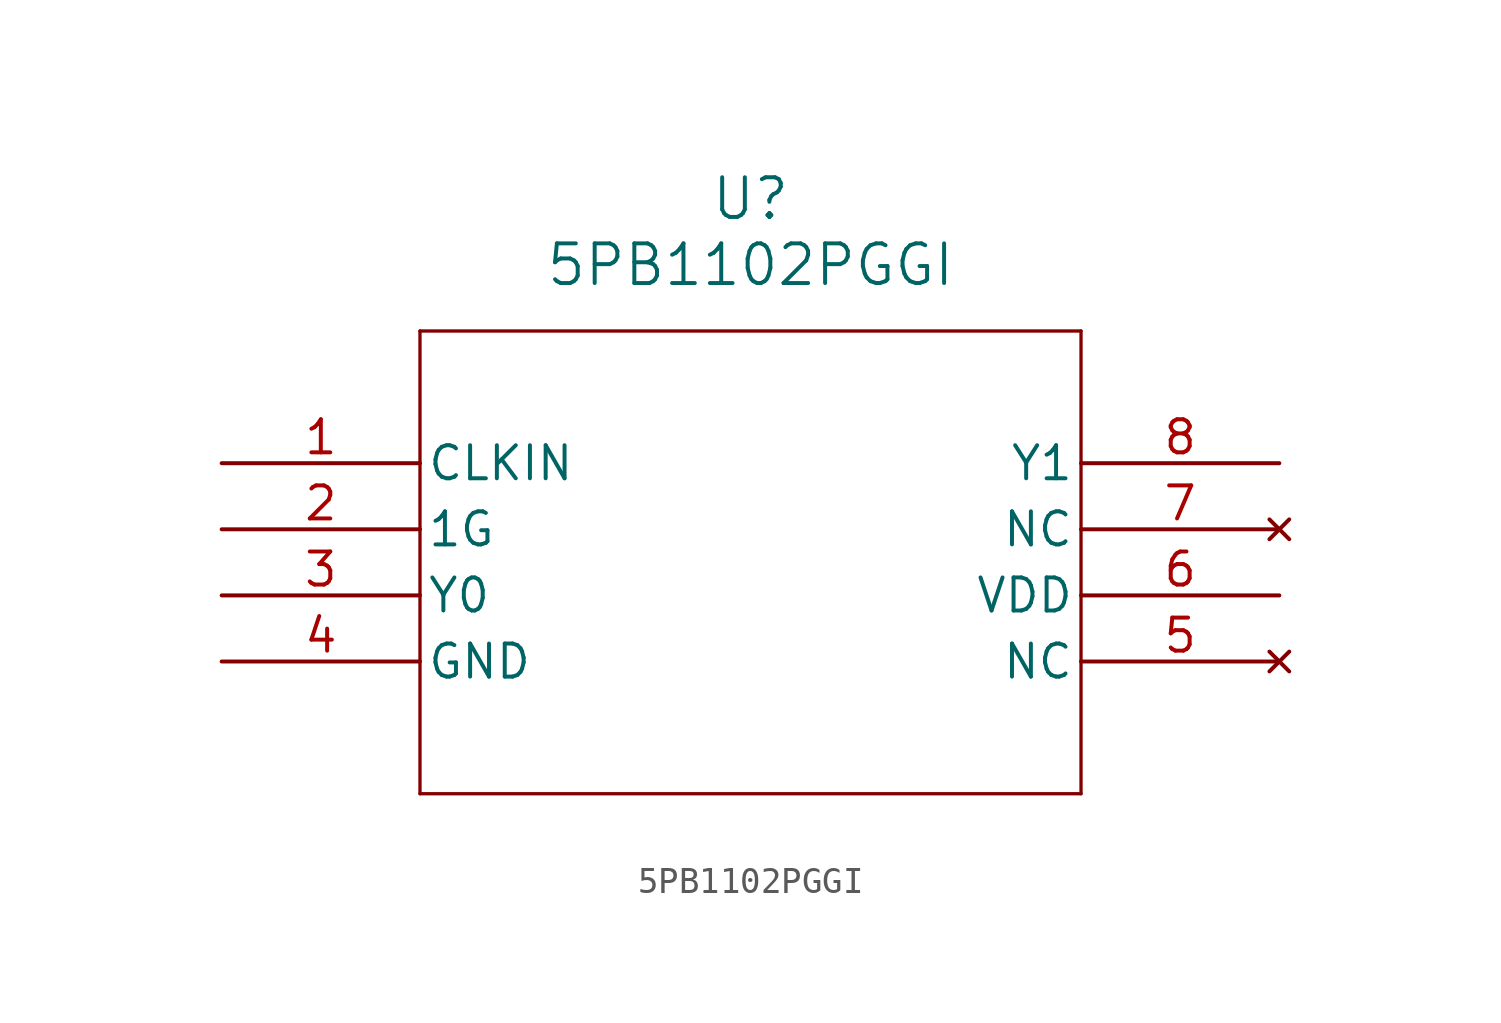
<source format=kicad_sym>
(kicad_symbol_lib
  (version 20211014)
  (generator kicad_symbol_editor)
  (symbol "5PB1102PGGI"
    (pin_names
      (offset 0.254))
    (property "Reference" "U"
      (at 20.32 10.16 0)
      (effects (font (size 1.524 1.524))))
    (property "Value" "5PB1102PGGI"
      (at 20.32 7.62 0)
      (effects (font (size 1.524 1.524))))
    (symbol "5PB1102PGGI_0_1"
      (polyline (pts (xy 7.62 5.08) (xy 7.62 -12.7)) (stroke (width 0.127) (type default) (color 0 0 0 0)) (fill (type none)))
      (polyline (pts (xy 7.62 -12.7) (xy 33.02 -12.7)) (stroke (width 0.127) (type default) (color 0 0 0 0)) (fill (type none)))
      (polyline (pts (xy 33.02 -12.7) (xy 33.02 5.08)) (stroke (width 0.127) (type default) (color 0 0 0 0)) (fill (type none)))
      (polyline (pts (xy 33.02 5.08) (xy 7.62 5.08)) (stroke (width 0.127) (type default) (color 0 0 0 0)) (fill (type none)))
      (pin input line (at 0 0 0) (length 7.62) (name "CLKIN" (effects (font (size 1.27 1.27)))) (number "1" (effects (font (size 1.27 1.27)))))
      (pin input line (at 0 -2.54 0) (length 7.62) (name "1G" (effects (font (size 1.27 1.27)))) (number "2" (effects (font (size 1.27 1.27)))))
      (pin output line (at 0 -5.08 0) (length 7.62) (name "Y0" (effects (font (size 1.27 1.27)))) (number "3" (effects (font (size 1.27 1.27)))))
      (pin power_out line (at 0 -7.62 0) (length 7.62) (name "GND" (effects (font (size 1.27 1.27)))) (number "4" (effects (font (size 1.27 1.27)))))
      (pin no_connect line (at 40.64 -7.62 180) (length 7.62) (name "NC" (effects (font (size 1.27 1.27)))) (number "5" (effects (font (size 1.27 1.27)))))
      (pin power_in line (at 40.64 -5.08 180) (length 7.62) (name "VDD" (effects (font (size 1.27 1.27)))) (number "6" (effects (font (size 1.27 1.27)))))
      (pin no_connect line (at 40.64 -2.54 180) (length 7.62) (name "NC" (effects (font (size 1.27 1.27)))) (number "7" (effects (font (size 1.27 1.27)))))
      (pin output line (at 40.64 0 180) (length 7.62) (name "Y1" (effects (font (size 1.27 1.27)))) (number "8" (effects (font (size 1.27 1.27))))))))
</source>
